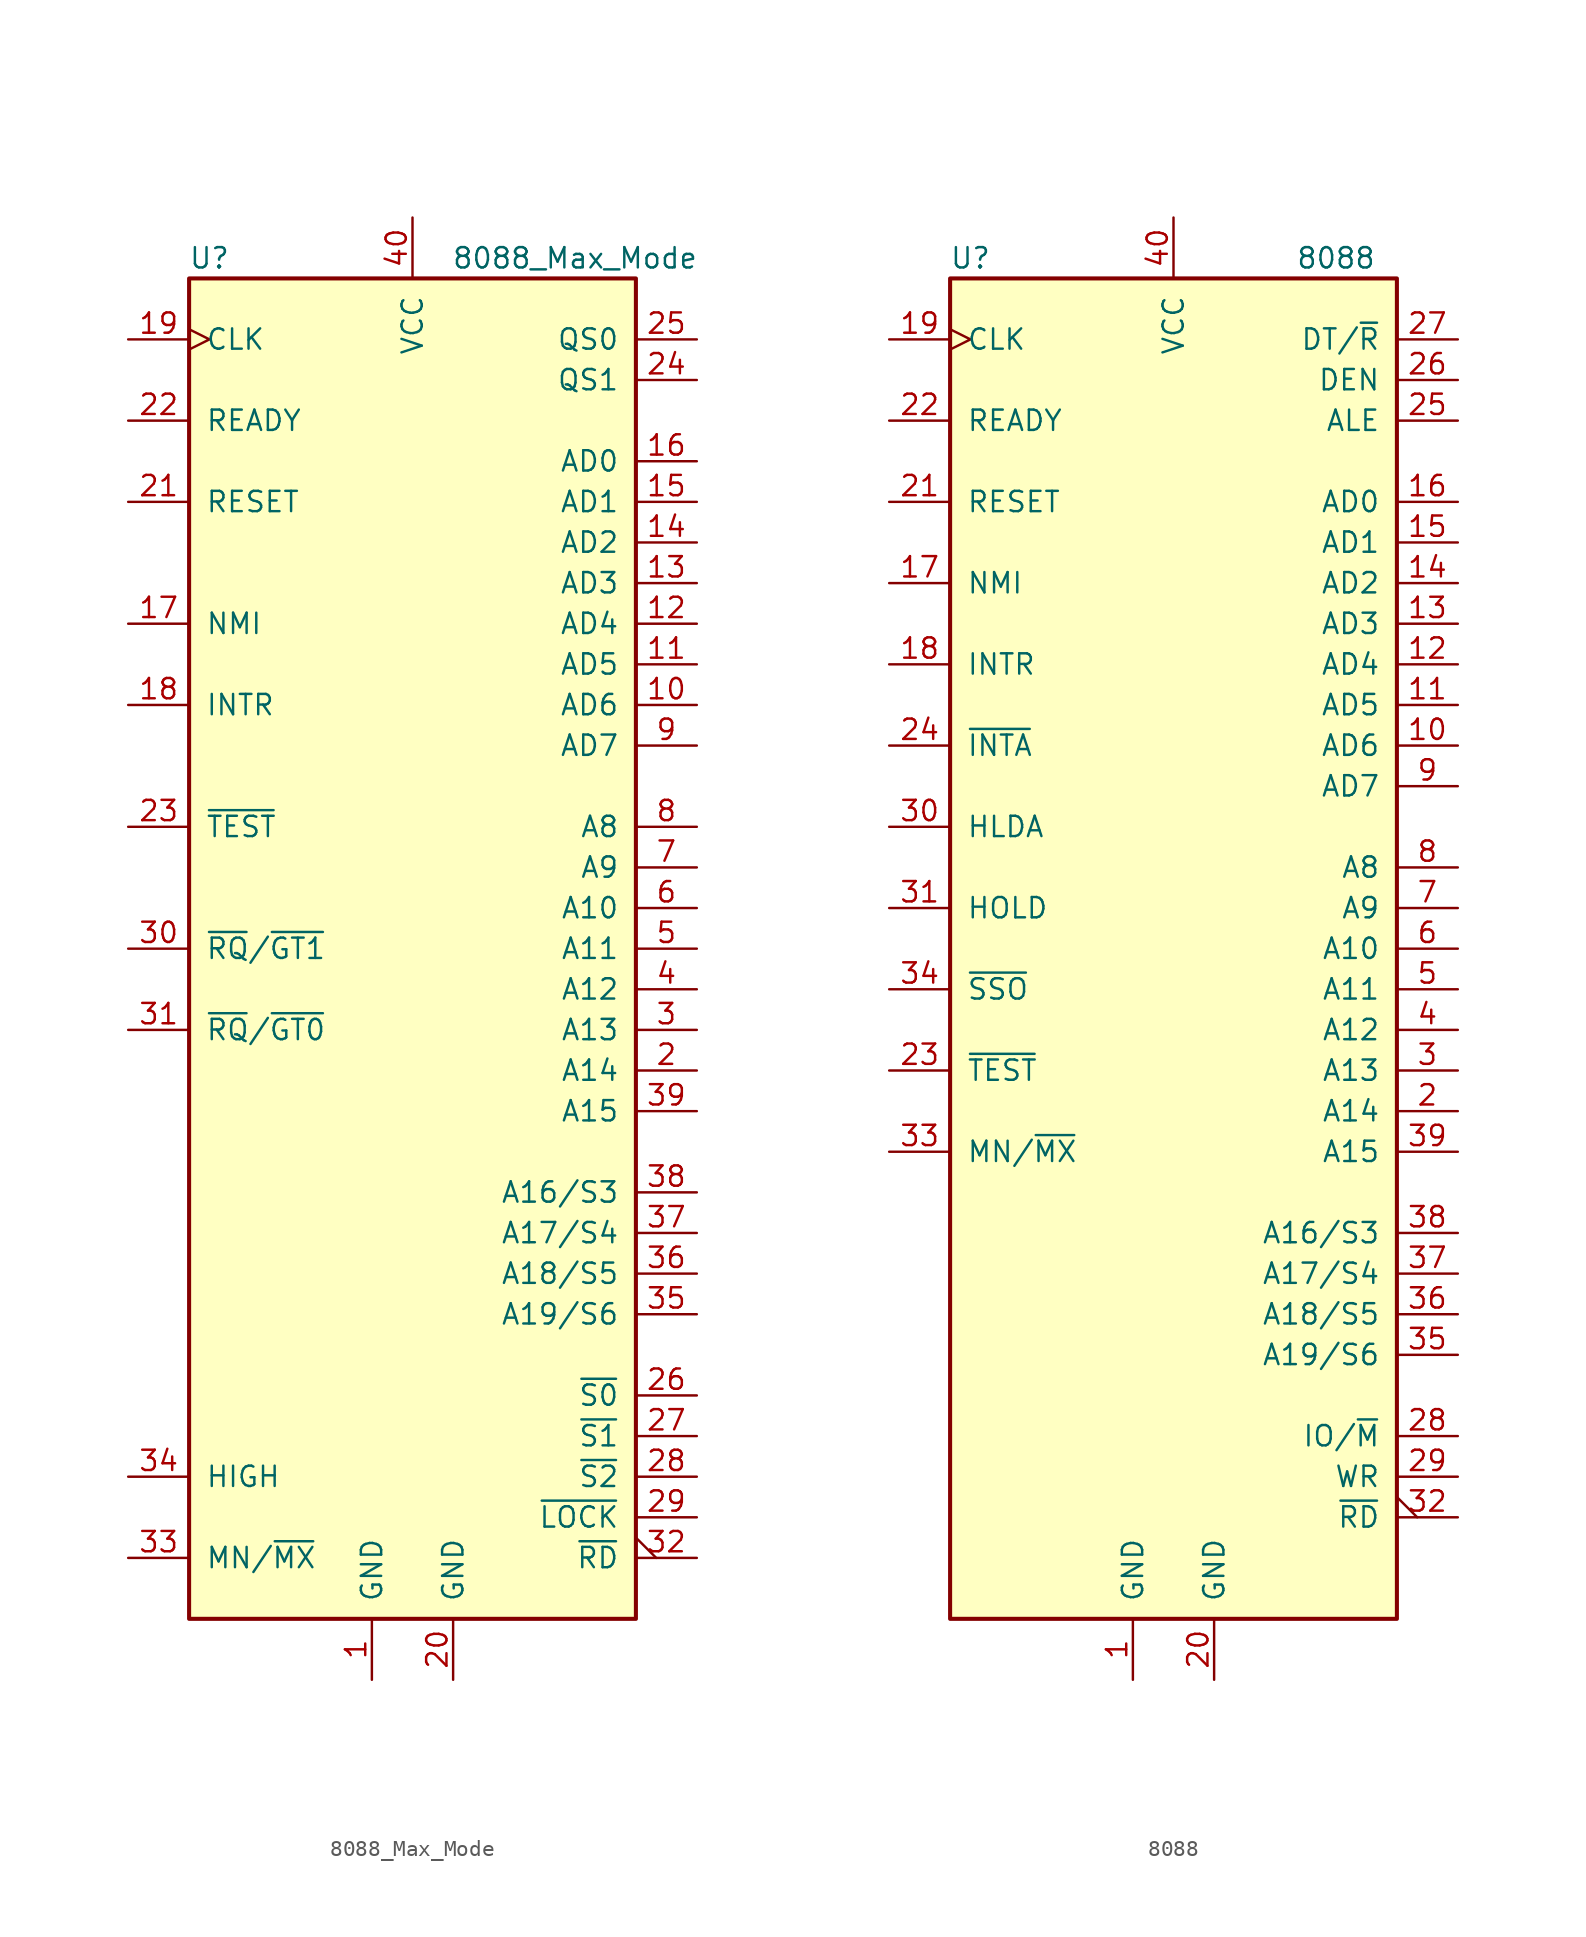
<source format=kicad_sym>
(kicad_symbol_lib
  (version 20211014)
  (generator kicad_symbol_editor)
  (symbol "8088_Max_Mode"
    (pin_names
      (offset 1.016))
    (property "Reference" "U"
      (at -12.7 43.18 0)
      (effects (font (size 1.27 1.27))))
    (property "Value" "8088_Max_Mode"
      (at 10.16 43.18 0)
      (effects (font (size 1.27 1.27))))
    (symbol "8088_Max_Mode_0_1"
      (rectangle (start 13.97 -41.91) (end -13.97 41.91) (stroke (width 0.254) (type default) (color 0 0 0 0)) (fill (type background))))
    (symbol "8088_Max_Mode_1_1"
      (pin power_in line (at -2.54 -45.72 90) (length 3.81) (name "GND" (effects (font (size 1.27 1.27)))) (number "1" (effects (font (size 1.27 1.27)))))
      (pin bidirectional line (at 17.78 15.24 180) (length 3.81) (name "AD6" (effects (font (size 1.27 1.27)))) (number "10" (effects (font (size 1.27 1.27)))))
      (pin bidirectional line (at 17.78 17.78 180) (length 3.81) (name "AD5" (effects (font (size 1.27 1.27)))) (number "11" (effects (font (size 1.27 1.27)))))
      (pin bidirectional line (at 17.78 20.32 180) (length 3.81) (name "AD4" (effects (font (size 1.27 1.27)))) (number "12" (effects (font (size 1.27 1.27)))))
      (pin bidirectional line (at 17.78 22.86 180) (length 3.81) (name "AD3" (effects (font (size 1.27 1.27)))) (number "13" (effects (font (size 1.27 1.27)))))
      (pin bidirectional line (at 17.78 25.4 180) (length 3.81) (name "AD2" (effects (font (size 1.27 1.27)))) (number "14" (effects (font (size 1.27 1.27)))))
      (pin bidirectional line (at 17.78 27.94 180) (length 3.81) (name "AD1" (effects (font (size 1.27 1.27)))) (number "15" (effects (font (size 1.27 1.27)))))
      (pin bidirectional line (at 17.78 30.48 180) (length 3.81) (name "AD0" (effects (font (size 1.27 1.27)))) (number "16" (effects (font (size 1.27 1.27)))))
      (pin input line (at -17.78 20.32 0) (length 3.81) (name "NMI" (effects (font (size 1.27 1.27)))) (number "17" (effects (font (size 1.27 1.27)))))
      (pin input line (at -17.78 15.24 0) (length 3.81) (name "INTR" (effects (font (size 1.27 1.27)))) (number "18" (effects (font (size 1.27 1.27)))))
      (pin input clock (at -17.78 38.1 0) (length 3.81) (name "CLK" (effects (font (size 1.27 1.27)))) (number "19" (effects (font (size 1.27 1.27)))))
      (pin output line (at 17.78 -7.62 180) (length 3.81) (name "A14" (effects (font (size 1.27 1.27)))) (number "2" (effects (font (size 1.27 1.27)))))
      (pin power_in line (at 2.54 -45.72 90) (length 3.81) (name "GND" (effects (font (size 1.27 1.27)))) (number "20" (effects (font (size 1.27 1.27)))))
      (pin input line (at -17.78 27.94 0) (length 3.81) (name "RESET" (effects (font (size 1.27 1.27)))) (number "21" (effects (font (size 1.27 1.27)))))
      (pin input line (at -17.78 33.02 0) (length 3.81) (name "READY" (effects (font (size 1.27 1.27)))) (number "22" (effects (font (size 1.27 1.27)))))
      (pin input line (at -17.78 7.62 0) (length 3.81) (name "~{TEST}" (effects (font (size 1.27 1.27)))) (number "23" (effects (font (size 1.27 1.27)))))
      (pin output line (at 17.78 35.56 180) (length 3.81) (name "QS1" (effects (font (size 1.27 1.27)))) (number "24" (effects (font (size 1.27 1.27)))))
      (pin output line (at 17.78 38.1 180) (length 3.81) (name "QS0" (effects (font (size 1.27 1.27)))) (number "25" (effects (font (size 1.27 1.27)))))
      (pin output line (at 17.78 -27.94 180) (length 3.81) (name "~{S0}" (effects (font (size 1.27 1.27)))) (number "26" (effects (font (size 1.27 1.27)))))
      (pin output line (at 17.78 -30.48 180) (length 3.81) (name "~{S1}" (effects (font (size 1.27 1.27)))) (number "27" (effects (font (size 1.27 1.27)))))
      (pin output line (at 17.78 -33.02 180) (length 3.81) (name "~{S2}" (effects (font (size 1.27 1.27)))) (number "28" (effects (font (size 1.27 1.27)))))
      (pin output line (at 17.78 -35.56 180) (length 3.81) (name "~{LOCK}" (effects (font (size 1.27 1.27)))) (number "29" (effects (font (size 1.27 1.27)))))
      (pin output line (at 17.78 -5.08 180) (length 3.81) (name "A13" (effects (font (size 1.27 1.27)))) (number "3" (effects (font (size 1.27 1.27)))))
      (pin bidirectional line (at -17.78 0 0) (length 3.81) (name "~{RQ}/~{GT1}" (effects (font (size 1.27 1.27)))) (number "30" (effects (font (size 1.27 1.27)))))
      (pin bidirectional line (at -17.78 -5.08 0) (length 3.81) (name "~{RQ}/~{GT0}" (effects (font (size 1.27 1.27)))) (number "31" (effects (font (size 1.27 1.27)))))
      (pin output output_low (at 17.78 -38.1 180) (length 3.81) (name "~{RD}" (effects (font (size 1.27 1.27)))) (number "32" (effects (font (size 1.27 1.27)))))
      (pin input line (at -17.78 -38.1 0) (length 3.81) (name "MN/~{MX}" (effects (font (size 1.27 1.27)))) (number "33" (effects (font (size 1.27 1.27)))))
      (pin output line (at -17.78 -33.02 0) (length 3.81) (name "HIGH" (effects (font (size 1.27 1.27)))) (number "34" (effects (font (size 1.27 1.27)))))
      (pin output line (at 17.78 -22.86 180) (length 3.81) (name "A19/S6" (effects (font (size 1.27 1.27)))) (number "35" (effects (font (size 1.27 1.27)))))
      (pin output line (at 17.78 -20.32 180) (length 3.81) (name "A18/S5" (effects (font (size 1.27 1.27)))) (number "36" (effects (font (size 1.27 1.27)))))
      (pin output line (at 17.78 -17.78 180) (length 3.81) (name "A17/S4" (effects (font (size 1.27 1.27)))) (number "37" (effects (font (size 1.27 1.27)))))
      (pin output line (at 17.78 -15.24 180) (length 3.81) (name "A16/S3" (effects (font (size 1.27 1.27)))) (number "38" (effects (font (size 1.27 1.27)))))
      (pin output line (at 17.78 -10.16 180) (length 3.81) (name "A15" (effects (font (size 1.27 1.27)))) (number "39" (effects (font (size 1.27 1.27)))))
      (pin output line (at 17.78 -2.54 180) (length 3.81) (name "A12" (effects (font (size 1.27 1.27)))) (number "4" (effects (font (size 1.27 1.27)))))
      (pin power_in line (at 0 45.72 270) (length 3.81) (name "VCC" (effects (font (size 1.27 1.27)))) (number "40" (effects (font (size 1.27 1.27)))))
      (pin output line (at 17.78 0 180) (length 3.81) (name "A11" (effects (font (size 1.27 1.27)))) (number "5" (effects (font (size 1.27 1.27)))))
      (pin output line (at 17.78 2.54 180) (length 3.81) (name "A10" (effects (font (size 1.27 1.27)))) (number "6" (effects (font (size 1.27 1.27)))))
      (pin output line (at 17.78 5.08 180) (length 3.81) (name "A9" (effects (font (size 1.27 1.27)))) (number "7" (effects (font (size 1.27 1.27)))))
      (pin output line (at 17.78 7.62 180) (length 3.81) (name "A8" (effects (font (size 1.27 1.27)))) (number "8" (effects (font (size 1.27 1.27)))))
      (pin bidirectional line (at 17.78 12.7 180) (length 3.81) (name "AD7" (effects (font (size 1.27 1.27)))) (number "9" (effects (font (size 1.27 1.27)))))))
  (symbol "8088"
    (pin_names
      (offset 1.016))
    (property "Reference" "U"
      (at -12.7 43.18 0)
      (effects (font (size 1.27 1.27))))
    (property "Value" "8088"
      (at 10.16 43.18 0)
      (effects (font (size 1.27 1.27))))
    (symbol "8088_0_1"
      (rectangle (start 13.97 -41.91) (end -13.97 41.91) (stroke (width 0.254) (type default) (color 0 0 0 0)) (fill (type background))))
    (symbol "8088_1_1"
      (pin power_in line (at -2.54 -45.72 90) (length 3.81) (name "GND" (effects (font (size 1.27 1.27)))) (number "1" (effects (font (size 1.27 1.27)))))
      (pin bidirectional line (at 17.78 12.7 180) (length 3.81) (name "AD6" (effects (font (size 1.27 1.27)))) (number "10" (effects (font (size 1.27 1.27)))))
      (pin bidirectional line (at 17.78 15.24 180) (length 3.81) (name "AD5" (effects (font (size 1.27 1.27)))) (number "11" (effects (font (size 1.27 1.27)))))
      (pin bidirectional line (at 17.78 17.78 180) (length 3.81) (name "AD4" (effects (font (size 1.27 1.27)))) (number "12" (effects (font (size 1.27 1.27)))))
      (pin bidirectional line (at 17.78 20.32 180) (length 3.81) (name "AD3" (effects (font (size 1.27 1.27)))) (number "13" (effects (font (size 1.27 1.27)))))
      (pin bidirectional line (at 17.78 22.86 180) (length 3.81) (name "AD2" (effects (font (size 1.27 1.27)))) (number "14" (effects (font (size 1.27 1.27)))))
      (pin bidirectional line (at 17.78 25.4 180) (length 3.81) (name "AD1" (effects (font (size 1.27 1.27)))) (number "15" (effects (font (size 1.27 1.27)))))
      (pin bidirectional line (at 17.78 27.94 180) (length 3.81) (name "AD0" (effects (font (size 1.27 1.27)))) (number "16" (effects (font (size 1.27 1.27)))))
      (pin input line (at -17.78 22.86 0) (length 3.81) (name "NMI" (effects (font (size 1.27 1.27)))) (number "17" (effects (font (size 1.27 1.27)))))
      (pin input line (at -17.78 17.78 0) (length 3.81) (name "INTR" (effects (font (size 1.27 1.27)))) (number "18" (effects (font (size 1.27 1.27)))))
      (pin input clock (at -17.78 38.1 0) (length 3.81) (name "CLK" (effects (font (size 1.27 1.27)))) (number "19" (effects (font (size 1.27 1.27)))))
      (pin output line (at 17.78 -10.16 180) (length 3.81) (name "A14" (effects (font (size 1.27 1.27)))) (number "2" (effects (font (size 1.27 1.27)))))
      (pin power_in line (at 2.54 -45.72 90) (length 3.81) (name "GND" (effects (font (size 1.27 1.27)))) (number "20" (effects (font (size 1.27 1.27)))))
      (pin input line (at -17.78 27.94 0) (length 3.81) (name "RESET" (effects (font (size 1.27 1.27)))) (number "21" (effects (font (size 1.27 1.27)))))
      (pin input line (at -17.78 33.02 0) (length 3.81) (name "READY" (effects (font (size 1.27 1.27)))) (number "22" (effects (font (size 1.27 1.27)))))
      (pin input line (at -17.78 -7.62 0) (length 3.81) (name "~{TEST}" (effects (font (size 1.27 1.27)))) (number "23" (effects (font (size 1.27 1.27)))))
      (pin output line (at -17.78 12.7 0) (length 3.81) (name "~{INTA}" (effects (font (size 1.27 1.27)))) (number "24" (effects (font (size 1.27 1.27)))))
      (pin output line (at 17.78 33.02 180) (length 3.81) (name "ALE" (effects (font (size 1.27 1.27)))) (number "25" (effects (font (size 1.27 1.27)))))
      (pin output line (at 17.78 35.56 180) (length 3.81) (name "DEN" (effects (font (size 1.27 1.27)))) (number "26" (effects (font (size 1.27 1.27)))))
      (pin output line (at 17.78 38.1 180) (length 3.81) (name "DT/~{R}" (effects (font (size 1.27 1.27)))) (number "27" (effects (font (size 1.27 1.27)))))
      (pin output line (at 17.78 -30.48 180) (length 3.81) (name "IO/~{M}" (effects (font (size 1.27 1.27)))) (number "28" (effects (font (size 1.27 1.27)))))
      (pin output line (at 17.78 -33.02 180) (length 3.81) (name "WR" (effects (font (size 1.27 1.27)))) (number "29" (effects (font (size 1.27 1.27)))))
      (pin output line (at 17.78 -7.62 180) (length 3.81) (name "A13" (effects (font (size 1.27 1.27)))) (number "3" (effects (font (size 1.27 1.27)))))
      (pin output line (at -17.78 7.62 0) (length 3.81) (name "HLDA" (effects (font (size 1.27 1.27)))) (number "30" (effects (font (size 1.27 1.27)))))
      (pin input line (at -17.78 2.54 0) (length 3.81) (name "HOLD" (effects (font (size 1.27 1.27)))) (number "31" (effects (font (size 1.27 1.27)))))
      (pin output output_low (at 17.78 -35.56 180) (length 3.81) (name "~{RD}" (effects (font (size 1.27 1.27)))) (number "32" (effects (font (size 1.27 1.27)))))
      (pin input line (at -17.78 -12.7 0) (length 3.81) (name "MN/~{MX}" (effects (font (size 1.27 1.27)))) (number "33" (effects (font (size 1.27 1.27)))))
      (pin output line (at -17.78 -2.54 0) (length 3.81) (name "~{SSO}" (effects (font (size 1.27 1.27)))) (number "34" (effects (font (size 1.27 1.27)))))
      (pin output line (at 17.78 -25.4 180) (length 3.81) (name "A19/S6" (effects (font (size 1.27 1.27)))) (number "35" (effects (font (size 1.27 1.27)))))
      (pin output line (at 17.78 -22.86 180) (length 3.81) (name "A18/S5" (effects (font (size 1.27 1.27)))) (number "36" (effects (font (size 1.27 1.27)))))
      (pin output line (at 17.78 -20.32 180) (length 3.81) (name "A17/S4" (effects (font (size 1.27 1.27)))) (number "37" (effects (font (size 1.27 1.27)))))
      (pin output line (at 17.78 -17.78 180) (length 3.81) (name "A16/S3" (effects (font (size 1.27 1.27)))) (number "38" (effects (font (size 1.27 1.27)))))
      (pin output line (at 17.78 -12.7 180) (length 3.81) (name "A15" (effects (font (size 1.27 1.27)))) (number "39" (effects (font (size 1.27 1.27)))))
      (pin output line (at 17.78 -5.08 180) (length 3.81) (name "A12" (effects (font (size 1.27 1.27)))) (number "4" (effects (font (size 1.27 1.27)))))
      (pin power_in line (at 0 45.72 270) (length 3.81) (name "VCC" (effects (font (size 1.27 1.27)))) (number "40" (effects (font (size 1.27 1.27)))))
      (pin output line (at 17.78 -2.54 180) (length 3.81) (name "A11" (effects (font (size 1.27 1.27)))) (number "5" (effects (font (size 1.27 1.27)))))
      (pin output line (at 17.78 0 180) (length 3.81) (name "A10" (effects (font (size 1.27 1.27)))) (number "6" (effects (font (size 1.27 1.27)))))
      (pin output line (at 17.78 2.54 180) (length 3.81) (name "A9" (effects (font (size 1.27 1.27)))) (number "7" (effects (font (size 1.27 1.27)))))
      (pin output line (at 17.78 5.08 180) (length 3.81) (name "A8" (effects (font (size 1.27 1.27)))) (number "8" (effects (font (size 1.27 1.27)))))
      (pin bidirectional line (at 17.78 10.16 180) (length 3.81) (name "AD7" (effects (font (size 1.27 1.27)))) (number "9" (effects (font (size 1.27 1.27))))))))
</source>
